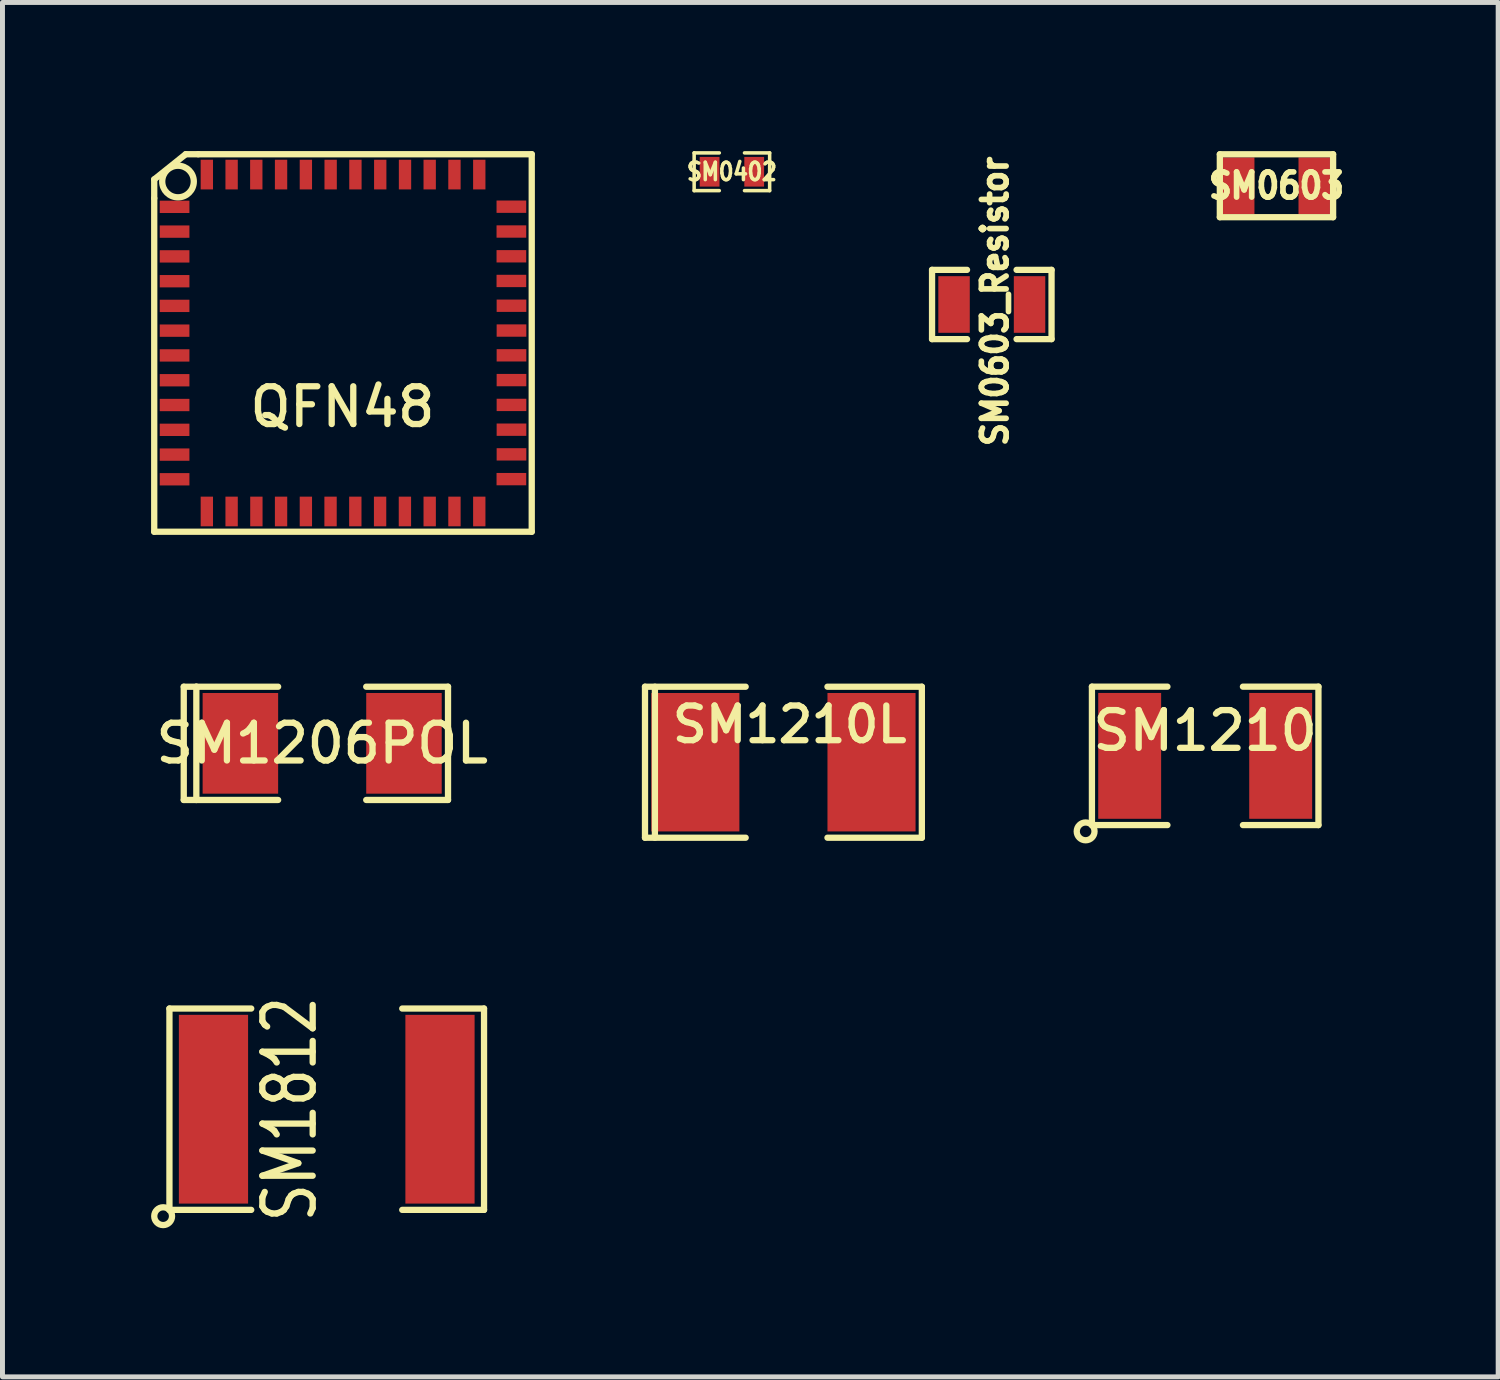
<source format=kicad_pcb>
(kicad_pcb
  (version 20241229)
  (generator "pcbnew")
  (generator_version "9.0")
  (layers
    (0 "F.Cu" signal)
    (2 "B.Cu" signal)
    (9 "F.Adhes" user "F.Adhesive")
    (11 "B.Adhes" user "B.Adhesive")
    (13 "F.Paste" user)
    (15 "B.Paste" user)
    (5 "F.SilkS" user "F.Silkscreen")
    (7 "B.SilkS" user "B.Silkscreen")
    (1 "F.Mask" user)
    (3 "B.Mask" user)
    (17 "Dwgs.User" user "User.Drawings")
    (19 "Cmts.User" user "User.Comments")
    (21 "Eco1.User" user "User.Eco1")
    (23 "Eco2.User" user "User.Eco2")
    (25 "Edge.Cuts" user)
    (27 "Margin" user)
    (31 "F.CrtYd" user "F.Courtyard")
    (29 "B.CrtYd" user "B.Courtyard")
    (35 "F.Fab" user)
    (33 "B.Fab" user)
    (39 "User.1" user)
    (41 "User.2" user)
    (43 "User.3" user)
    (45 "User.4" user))
  (footprint "SM1210"
    (layer "F.Cu")
    (at 21.276 12.207)
    (property "Reference" "SM1210" (at 0 -0.508 0) (layer "F.SilkS") (effects (font (size 0.762 0.762) (thickness 0.127))))
    (attr smd)
    (fp_line (start -2.286 -1.397) (end -2.286 1.397) (stroke (width 0.127) (type solid)) (layer "F.SilkS"))
    (fp_line (start -2.286 1.397) (end -0.762 1.397) (stroke (width 0.127) (type solid)) (layer "F.SilkS"))
    (fp_line (start -0.762 -1.397) (end -2.286 -1.397) (stroke (width 0.127) (type solid)) (layer "F.SilkS"))
    (fp_line (start 0.762 1.397) (end 2.286 1.397) (stroke (width 0.127) (type solid)) (layer "F.SilkS"))
    (fp_line (start 2.286 -1.397) (end 0.762 -1.397) (stroke (width 0.127) (type solid)) (layer "F.SilkS"))
    (fp_line (start 2.286 1.397) (end 2.286 -1.397) (stroke (width 0.127) (type solid)) (layer "F.SilkS"))
    (fp_circle (center -2.413 1.524) (end -2.286 1.397) (stroke (width 0.127) (type solid)) (fill no) (layer "F.SilkS"))
    (pad "1" smd rect (at -1.524 0) (size 1.27 2.54) (layers "F.Cu" "F.Mask" "F.Paste"))
    (pad "2" smd rect (at 1.524 0) (size 1.27 2.54) (layers "F.Cu" "F.Mask" "F.Paste")))
  (footprint "SM0603_Resistor"
    (layer "F.Cu")
    (at 16.969 3.096)
    (property "Reference" "SM0603_Resistor" (at 0.064 -0.064 90) (layer "F.SilkS") (effects (font (size 0.5 0.457) (thickness 0.114))))
    (attr smd)
    (fp_line (start -1.206 -0.699) (end -1.206 0.699) (stroke (width 0.127) (type solid)) (layer "F.SilkS"))
    (fp_line (start -1.206 0.699) (end -0.5 0.699) (stroke (width 0.127) (type solid)) (layer "F.SilkS"))
    (fp_line (start -0.5 -0.699) (end -1.206 -0.699) (stroke (width 0.127) (type solid)) (layer "F.SilkS"))
    (fp_line (start 1.206 -0.699) (end 0.5 -0.699) (stroke (width 0.127) (type solid)) (layer "F.SilkS"))
    (fp_line (start 1.206 -0.699) (end 1.206 0.699) (stroke (width 0.127) (type solid)) (layer "F.SilkS"))
    (fp_line (start 1.206 0.699) (end 0.5 0.699) (stroke (width 0.127) (type solid)) (layer "F.SilkS"))
    (pad "1" smd rect (at -0.762 0) (size 0.635 1.143) (layers "F.Cu" "F.Mask" "F.Paste"))
    (pad "2" smd rect (at 0.762 0) (size 0.635 1.143) (layers "F.Cu" "F.Mask" "F.Paste")))
  (footprint "SM1812"
    (layer "F.Cu")
    (at 3.545 19.339)
    (property "Reference" "SM1812" (at -0.747 0 90) (layer "F.SilkS") (effects (font (size 1.016 0.762) (thickness 0.127))))
    (attr smd)
    (fp_line (start -3.175 -2.032) (end -3.175 2.032) (stroke (width 0.127) (type solid)) (layer "F.SilkS"))
    (fp_line (start -3.175 2.032) (end -1.524 2.032) (stroke (width 0.127) (type solid)) (layer "F.SilkS"))
    (fp_line (start -1.524 -2.032) (end -3.175 -2.032) (stroke (width 0.127) (type solid)) (layer "F.SilkS"))
    (fp_line (start 1.524 2.032) (end 3.175 2.032) (stroke (width 0.127) (type solid)) (layer "F.SilkS"))
    (fp_line (start 3.175 -2.032) (end 1.524 -2.032) (stroke (width 0.127) (type solid)) (layer "F.SilkS"))
    (fp_line (start 3.175 2.032) (end 3.175 -2.032) (stroke (width 0.127) (type solid)) (layer "F.SilkS"))
    (fp_circle (center -3.302 2.159) (end -3.175 2.032) (stroke (width 0.127) (type solid)) (fill no) (layer "F.SilkS"))
    (pad "1" smd rect (at -2.286 0) (size 1.397 3.81) (layers "F.Cu" "F.Mask" "F.Paste"))
    (pad "2" smd rect (at 2.286 0) (size 1.397 3.81) (layers "F.Cu" "F.Mask" "F.Paste")))
  (footprint "SM0603"
    (layer "F.Cu")
    (at 22.715 0.699)
    (property "Reference" "SM0603" (at 0 0 0) (layer "F.SilkS") (effects (font (size 0.508 0.457) (thickness 0.114))))
    (attr smd)
    (fp_line (start -1.143 -0.635) (end 1.143 -0.635) (stroke (width 0.127) (type solid)) (layer "F.SilkS"))
    (fp_line (start -1.143 0.635) (end -1.143 -0.635) (stroke (width 0.127) (type solid)) (layer "F.SilkS"))
    (fp_line (start 1.143 -0.635) (end 1.143 0.635) (stroke (width 0.127) (type solid)) (layer "F.SilkS"))
    (fp_line (start 1.143 0.635) (end -1.143 0.635) (stroke (width 0.127) (type solid)) (layer "F.SilkS"))
    (pad "1" smd rect (at -0.762 0) (size 0.635 1.143) (layers "F.Cu" "F.Mask" "F.Paste"))
    (pad "2" smd rect (at 0.762 0) (size 0.635 1.143) (layers "F.Cu" "F.Mask" "F.Paste")))
  (footprint "SM0402"
    (layer "F.Cu")
    (at 11.723 0.417)
    (property "Reference" "SM0402" (at 0 0 0) (layer "F.SilkS") (effects (font (size 0.351 0.305) (thickness 0.071))))
    (attr smd)
    (fp_line (start -0.762 -0.381) (end -0.762 0.381) (stroke (width 0.071) (type solid)) (layer "F.SilkS"))
    (fp_line (start -0.762 0.381) (end -0.254 0.381) (stroke (width 0.071) (type solid)) (layer "F.SilkS"))
    (fp_line (start -0.254 -0.381) (end -0.762 -0.381) (stroke (width 0.071) (type solid)) (layer "F.SilkS"))
    (fp_line (start 0.254 -0.381) (end 0.762 -0.381) (stroke (width 0.071) (type solid)) (layer "F.SilkS"))
    (fp_line (start 0.762 -0.381) (end 0.762 0.381) (stroke (width 0.071) (type solid)) (layer "F.SilkS"))
    (fp_line (start 0.762 0.381) (end 0.254 0.381) (stroke (width 0.071) (type solid)) (layer "F.SilkS"))
    (pad "1" smd rect (at -0.45 0) (size 0.399 0.599) (layers "F.Cu" "F.Mask" "F.Paste"))
    (pad "2" smd rect (at 0.45 0) (size 0.399 0.599) (layers "F.Cu" "F.Mask" "F.Paste")))
  (footprint "SM1206POL"
    (layer "F.Cu")
    (at 3.453 11.954)
    (property "Reference" "SM1206POL" (at 0 0 0) (layer "F.SilkS") (effects (font (size 0.762 0.762) (thickness 0.127))))
    (attr smd)
    (fp_line (start -2.794 -1.143) (end -2.794 1.143) (stroke (width 0.127) (type solid)) (layer "F.SilkS"))
    (fp_line (start -2.794 1.143) (end -2.54 1.143) (stroke (width 0.127) (type solid)) (layer "F.SilkS"))
    (fp_line (start -2.54 -1.143) (end -2.794 -1.143) (stroke (width 0.127) (type solid)) (layer "F.SilkS"))
    (fp_line (start -2.54 -1.143) (end -2.54 1.143) (stroke (width 0.127) (type solid)) (layer "F.SilkS"))
    (fp_line (start -2.54 1.143) (end -0.889 1.143) (stroke (width 0.127) (type solid)) (layer "F.SilkS"))
    (fp_line (start -0.889 -1.143) (end -2.54 -1.143) (stroke (width 0.127) (type solid)) (layer "F.SilkS"))
    (fp_line (start 0.889 -1.143) (end 2.54 -1.143) (stroke (width 0.127) (type solid)) (layer "F.SilkS"))
    (fp_line (start 2.54 -1.143) (end 2.54 1.143) (stroke (width 0.127) (type solid)) (layer "F.SilkS"))
    (fp_line (start 2.54 1.143) (end 0.889 1.143) (stroke (width 0.127) (type solid)) (layer "F.SilkS"))
    (pad "1" smd rect (at -1.651 0) (size 1.524 2.032) (layers "F.Cu" "F.Mask" "F.Paste"))
    (pad "2" smd rect (at 1.651 0) (size 1.524 2.032) (layers "F.Cu" "F.Mask" "F.Paste")))
  (footprint "SM1210L"
    (layer "F.Cu")
    (at 12.763 12.335)
    (property "Reference" "SM1210L" (at 0.127 -0.762 0) (layer "F.SilkS") (effects (font (size 0.7 0.7) (thickness 0.127))))
    (attr smd)
    (fp_line (start -2.794 -1.524) (end -2.794 1.524) (stroke (width 0.127) (type solid)) (layer "F.SilkS"))
    (fp_line (start -2.794 1.524) (end -0.762 1.524) (stroke (width 0.127) (type solid)) (layer "F.SilkS"))
    (fp_line (start -2.594 -1.524) (end -2.594 1.524) (stroke (width 0.127) (type solid)) (layer "F.SilkS"))
    (fp_line (start -0.762 -1.524) (end -2.794 -1.524) (stroke (width 0.127) (type solid)) (layer "F.SilkS"))
    (fp_line (start 0.889 1.524) (end 2.794 1.524) (stroke (width 0.127) (type solid)) (layer "F.SilkS"))
    (fp_line (start 2.794 -1.524) (end 0.889 -1.524) (stroke (width 0.127) (type solid)) (layer "F.SilkS"))
    (fp_line (start 2.794 1.524) (end 2.794 -1.524) (stroke (width 0.127) (type solid)) (layer "F.SilkS"))
    (pad "1" smd rect (at -1.778 0) (size 1.778 2.794) (layers "F.Cu" "F.Mask" "F.Paste"))
    (pad "2" smd rect (at 1.778 0) (size 1.778 2.794) (layers "F.Cu" "F.Mask" "F.Paste")))
  (footprint "QFN48"
    (layer "F.Cu")
    (at 3.873 3.873)
    (property "Reference" "QFN48" (at -0.01 1.29 0) (layer "F.SilkS") (effects (font (size 0.762 0.762) (thickness 0.127))))
    (attr smd)
    (fp_line (start -3.81 -3.302) (end -3.81 -2.921) (stroke (width 0.127) (type solid)) (layer "F.SilkS"))
    (fp_line (start -3.81 3.81) (end -3.81 -2.921) (stroke (width 0.127) (type solid)) (layer "F.SilkS"))
    (fp_line (start -3.175 -3.81) (end -3.81 -3.302) (stroke (width 0.127) (type solid)) (layer "F.SilkS"))
    (fp_line (start -2.921 -3.81) (end -3.175 -3.81) (stroke (width 0.127) (type solid)) (layer "F.SilkS"))
    (fp_line (start -2.921 -3.81) (end 3.81 -3.81) (stroke (width 0.127) (type solid)) (layer "F.SilkS"))
    (fp_line (start 3.81 -3.81) (end 3.81 3.81) (stroke (width 0.127) (type solid)) (layer "F.SilkS"))
    (fp_line (start 3.81 3.81) (end -3.81 3.81) (stroke (width 0.127) (type solid)) (layer "F.SilkS"))
    (fp_circle (center -3.33 -3.259) (end -3.432 -3.561) (stroke (width 0.127) (type solid)) (fill no) (layer "F.SilkS"))
    (pad "1" smd rect (at -3.399 -2.748) (size 0.599 0.249) (layers "F.Cu" "F.Mask" "F.Paste"))
    (pad "2" smd rect (at -3.399 -2.248) (size 0.599 0.249) (layers "F.Cu" "F.Mask" "F.Paste"))
    (pad "3" smd rect (at -3.399 -1.748) (size 0.599 0.249) (layers "F.Cu" "F.Mask" "F.Paste"))
    (pad "4" smd rect (at -3.399 -1.247) (size 0.599 0.249) (layers "F.Cu" "F.Mask" "F.Paste"))
    (pad "5" smd rect (at -3.399 -0.749) (size 0.599 0.249) (layers "F.Cu" "F.Mask" "F.Paste"))
    (pad "6" smd rect (at -3.399 -0.249) (size 0.599 0.249) (layers "F.Cu" "F.Mask" "F.Paste"))
    (pad "7" smd rect (at -3.399 0.251) (size 0.599 0.249) (layers "F.Cu" "F.Mask" "F.Paste"))
    (pad "8" smd rect (at -3.399 0.752) (size 0.599 0.249) (layers "F.Cu" "F.Mask" "F.Paste"))
    (pad "9" smd rect (at -3.399 1.252) (size 0.599 0.249) (layers "F.Cu" "F.Mask" "F.Paste"))
    (pad "10" smd rect (at -3.399 1.753) (size 0.599 0.249) (layers "F.Cu" "F.Mask" "F.Paste"))
    (pad "11" smd rect (at -3.399 2.253) (size 0.599 0.249) (layers "F.Cu" "F.Mask" "F.Paste"))
    (pad "12" smd rect (at -3.399 2.751) (size 0.599 0.249) (layers "F.Cu" "F.Mask" "F.Paste"))
    (pad "13" smd rect (at -2.748 3.401) (size 0.249 0.599) (layers "F.Cu" "F.Mask" "F.Paste"))
    (pad "14" smd rect (at -2.248 3.401) (size 0.249 0.599) (layers "F.Cu" "F.Mask" "F.Paste"))
    (pad "15" smd rect (at -1.748 3.401) (size 0.249 0.599) (layers "F.Cu" "F.Mask" "F.Paste"))
    (pad "16" smd rect (at -1.25 3.401) (size 0.249 0.599) (layers "F.Cu" "F.Mask" "F.Paste"))
    (pad "17" smd rect (at -0.749 3.401) (size 0.249 0.599) (layers "F.Cu" "F.Mask" "F.Paste"))
    (pad "18" smd rect (at -0.251 3.401) (size 0.249 0.599) (layers "F.Cu" "F.Mask" "F.Paste"))
    (pad "19" smd rect (at 0.249 3.401) (size 0.249 0.599) (layers "F.Cu" "F.Mask" "F.Paste"))
    (pad "20" smd rect (at 0.749 3.401) (size 0.249 0.599) (layers "F.Cu" "F.Mask" "F.Paste"))
    (pad "21" smd rect (at 1.25 3.401) (size 0.249 0.599) (layers "F.Cu" "F.Mask" "F.Paste"))
    (pad "22" smd rect (at 1.75 3.401) (size 0.249 0.599) (layers "F.Cu" "F.Mask" "F.Paste"))
    (pad "23" smd rect (at 2.25 3.401) (size 0.249 0.599) (layers "F.Cu" "F.Mask" "F.Paste"))
    (pad "24" smd rect (at 2.751 3.401) (size 0.249 0.599) (layers "F.Cu" "F.Mask" "F.Paste"))
    (pad "25" smd rect (at 3.399 2.748) (size 0.599 0.249) (layers "F.Cu" "F.Mask" "F.Paste"))
    (pad "26" smd rect (at 3.401 2.248) (size 0.599 0.249) (layers "F.Cu" "F.Mask" "F.Paste"))
    (pad "27" smd rect (at 3.401 1.75) (size 0.599 0.249) (layers "F.Cu" "F.Mask" "F.Paste"))
    (pad "28" smd rect (at 3.401 1.25) (size 0.599 0.249) (layers "F.Cu" "F.Mask" "F.Paste"))
    (pad "29" smd rect (at 3.401 0.749) (size 0.599 0.249) (layers "F.Cu" "F.Mask" "F.Paste"))
    (pad "30" smd rect (at 3.401 0.249) (size 0.599 0.249) (layers "F.Cu" "F.Mask" "F.Paste"))
    (pad "31" smd rect (at 3.401 -0.251) (size 0.599 0.249) (layers "F.Cu" "F.Mask" "F.Paste"))
    (pad "32" smd rect (at 3.401 -0.752) (size 0.599 0.249) (layers "F.Cu" "F.Mask" "F.Paste"))
    (pad "33" smd rect (at 3.399 -1.252) (size 0.599 0.249) (layers "F.Cu" "F.Mask" "F.Paste"))
    (pad "34" smd rect (at 3.399 -1.75) (size 0.599 0.249) (layers "F.Cu" "F.Mask" "F.Paste"))
    (pad "35" smd rect (at 3.399 -2.25) (size 0.599 0.249) (layers "F.Cu" "F.Mask" "F.Paste"))
    (pad "36" smd rect (at 3.399 -2.751) (size 0.599 0.249) (layers "F.Cu" "F.Mask" "F.Paste"))
    (pad "37" smd rect (at 2.751 -3.399) (size 0.249 0.599) (layers "F.Cu" "F.Mask" "F.Paste"))
    (pad "38" smd rect (at 2.25 -3.399) (size 0.249 0.599) (layers "F.Cu" "F.Mask" "F.Paste"))
    (pad "39" smd rect (at 1.75 -3.399) (size 0.249 0.599) (layers "F.Cu" "F.Mask" "F.Paste"))
    (pad "40" smd rect (at 1.252 -3.399) (size 0.249 0.599) (layers "F.Cu" "F.Mask" "F.Paste"))
    (pad "41" smd rect (at 0.752 -3.399) (size 0.249 0.599) (layers "F.Cu" "F.Mask" "F.Paste"))
    (pad "42" smd rect (at 0.251 -3.399) (size 0.249 0.599) (layers "F.Cu" "F.Mask" "F.Paste"))
    (pad "43" smd rect (at -0.249 -3.399) (size 0.249 0.599) (layers "F.Cu" "F.Mask" "F.Paste"))
    (pad "44" smd rect (at -0.749 -3.399) (size 0.249 0.599) (layers "F.Cu" "F.Mask" "F.Paste"))
    (pad "45" smd rect (at -1.25 -3.399) (size 0.249 0.599) (layers "F.Cu" "F.Mask" "F.Paste"))
    (pad "46" smd rect (at -1.75 -3.399) (size 0.249 0.599) (layers "F.Cu" "F.Mask" "F.Paste"))
    (pad "47" smd rect (at -2.248 -3.399) (size 0.249 0.599) (layers "F.Cu" "F.Mask" "F.Paste"))
    (pad "48" smd rect (at -2.748 -3.399) (size 0.249 0.599) (layers "F.Cu" "F.Mask" "F.Paste")))
  (gr_rect
    (start -3 -3)
    (end 27.19 24.741)
    (stroke (width 0.1) (type default))
    (fill no)
    (layer "Edge.Cuts")))
</source>
